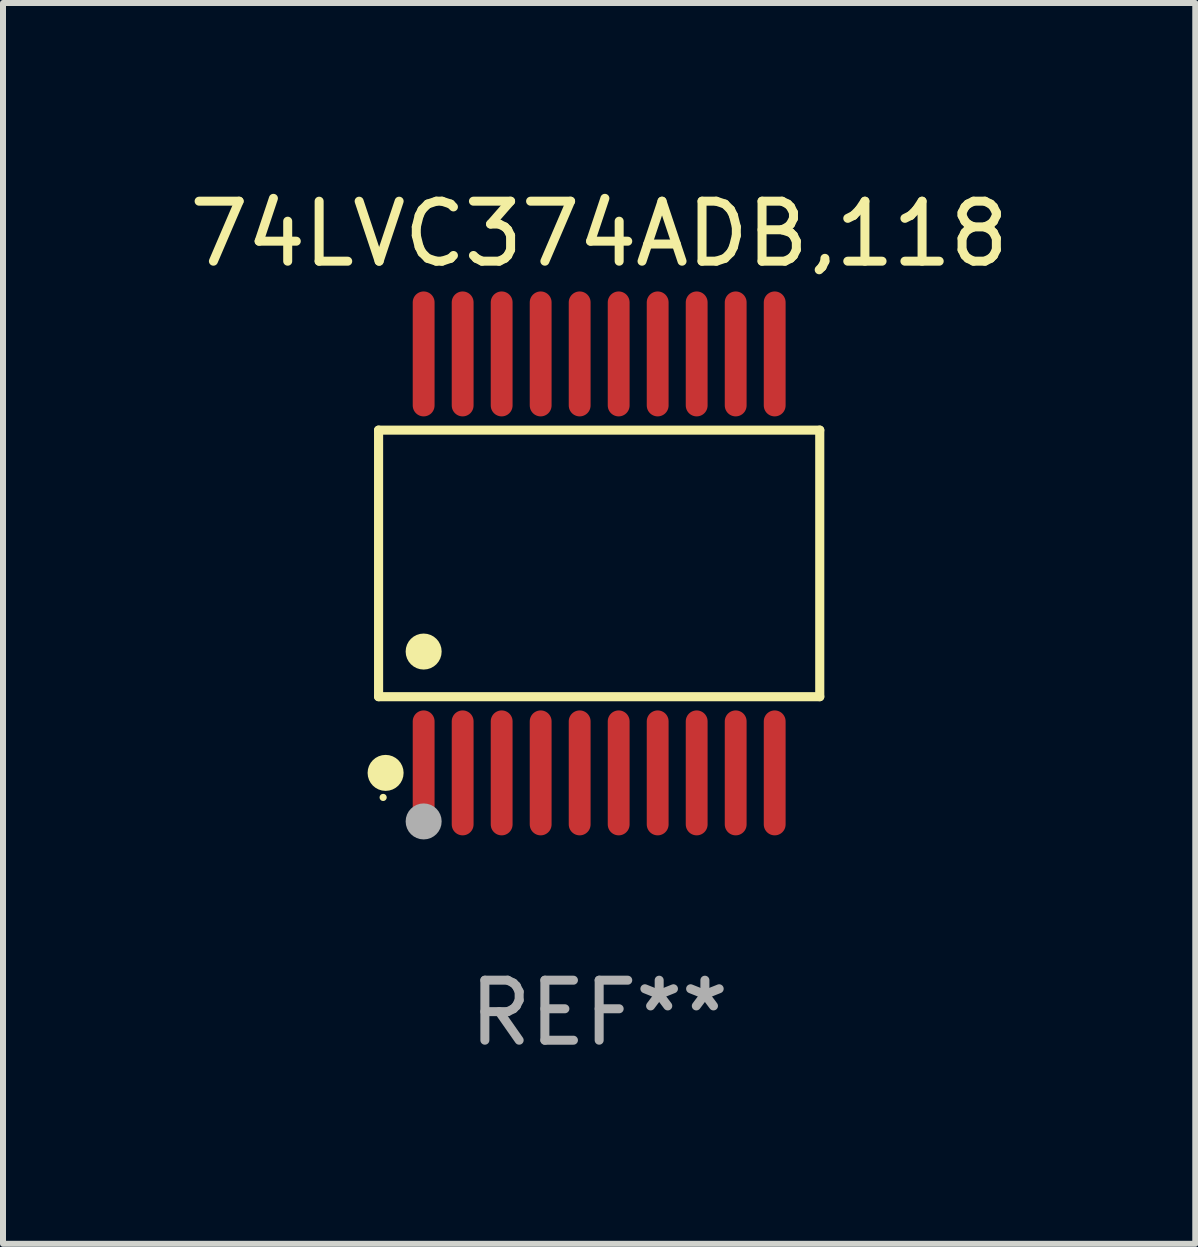
<source format=kicad_pcb>
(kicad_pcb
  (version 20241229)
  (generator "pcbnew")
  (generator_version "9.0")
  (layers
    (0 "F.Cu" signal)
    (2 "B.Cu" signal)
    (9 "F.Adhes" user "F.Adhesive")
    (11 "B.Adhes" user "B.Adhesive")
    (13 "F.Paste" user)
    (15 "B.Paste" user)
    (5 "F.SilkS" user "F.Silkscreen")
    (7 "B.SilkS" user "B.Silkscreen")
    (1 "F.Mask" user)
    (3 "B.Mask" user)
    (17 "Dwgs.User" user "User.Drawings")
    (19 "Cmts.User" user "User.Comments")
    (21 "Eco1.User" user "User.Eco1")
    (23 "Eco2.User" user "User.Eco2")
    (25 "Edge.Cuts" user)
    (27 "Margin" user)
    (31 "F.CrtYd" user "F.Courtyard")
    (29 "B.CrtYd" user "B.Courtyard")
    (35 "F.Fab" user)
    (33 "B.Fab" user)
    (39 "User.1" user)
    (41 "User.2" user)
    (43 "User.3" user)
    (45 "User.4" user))
  (footprint "74LVC374ADB,118"
    (layer "F.Cu")
    (at 6.935 6.339)
    (property "Reference" "74LVC374ADB,118" (at 0 -5.491 0) (layer "F.SilkS") (effects (font (size 1 1) (thickness 0.15))))
    (attr through_hole)
    (fp_line (start -3.676 -2.221) (end 3.676 -2.221) (stroke (width 0.152) (type solid)) (layer "F.SilkS"))
    (fp_line (start -3.676 2.221) (end -3.676 -2.221) (stroke (width 0.152) (type solid)) (layer "F.SilkS"))
    (fp_line (start 3.676 -2.221) (end 3.676 2.221) (stroke (width 0.152) (type solid)) (layer "F.SilkS"))
    (fp_line (start 3.676 2.221) (end -3.676 2.221) (stroke (width 0.152) (type solid)) (layer "F.SilkS"))
    (fp_circle (center -3.6 3.9) (end -3.57 3.9) (stroke (width 0.06) (type solid)) (fill no) (layer "F.SilkS"))
    (fp_circle (center -3.559 3.491) (end -3.409 3.491) (stroke (width 0.3) (type solid)) (fill no) (layer "F.SilkS"))
    (fp_circle (center -2.925 1.469) (end -2.775 1.469) (stroke (width 0.3) (type solid)) (fill no) (layer "F.SilkS"))
    (fp_circle (center -2.925 4.3) (end -2.775 4.3) (stroke (width 0.3) (type solid)) (fill no) (layer "F.Fab"))
    (fp_text user "REF**" (at 0 7.491 0) (layer "F.Fab") (effects (font (size 1 1) (thickness 0.15))))
    (pad "1" smd oval (at -2.925 3.491) (size 0.364 2.082) (layers "F.Cu" "F.Mask" "F.Paste"))
    (pad "2" smd oval (at -2.275 3.491) (size 0.364 2.082) (layers "F.Cu" "F.Mask" "F.Paste"))
    (pad "3" smd oval (at -1.625 3.491) (size 0.364 2.082) (layers "F.Cu" "F.Mask" "F.Paste"))
    (pad "4" smd oval (at -0.975 3.491) (size 0.364 2.082) (layers "F.Cu" "F.Mask" "F.Paste"))
    (pad "5" smd oval (at -0.325 3.491) (size 0.364 2.082) (layers "F.Cu" "F.Mask" "F.Paste"))
    (pad "6" smd oval (at 0.325 3.491) (size 0.364 2.082) (layers "F.Cu" "F.Mask" "F.Paste"))
    (pad "7" smd oval (at 0.975 3.491) (size 0.364 2.082) (layers "F.Cu" "F.Mask" "F.Paste"))
    (pad "8" smd oval (at 1.625 3.491) (size 0.364 2.082) (layers "F.Cu" "F.Mask" "F.Paste"))
    (pad "9" smd oval (at 2.275 3.491) (size 0.364 2.082) (layers "F.Cu" "F.Mask" "F.Paste"))
    (pad "10" smd oval (at 2.925 3.491) (size 0.364 2.082) (layers "F.Cu" "F.Mask" "F.Paste"))
    (pad "11" smd oval (at 2.925 -3.491) (size 0.364 2.082) (layers "F.Cu" "F.Mask" "F.Paste"))
    (pad "12" smd oval (at 2.275 -3.491) (size 0.364 2.082) (layers "F.Cu" "F.Mask" "F.Paste"))
    (pad "13" smd oval (at 1.625 -3.491) (size 0.364 2.082) (layers "F.Cu" "F.Mask" "F.Paste"))
    (pad "14" smd oval (at 0.975 -3.491) (size 0.364 2.082) (layers "F.Cu" "F.Mask" "F.Paste"))
    (pad "15" smd oval (at 0.325 -3.491) (size 0.364 2.082) (layers "F.Cu" "F.Mask" "F.Paste"))
    (pad "16" smd oval (at -0.325 -3.491) (size 0.364 2.082) (layers "F.Cu" "F.Mask" "F.Paste"))
    (pad "17" smd oval (at -0.975 -3.491) (size 0.364 2.082) (layers "F.Cu" "F.Mask" "F.Paste"))
    (pad "18" smd oval (at -1.625 -3.491) (size 0.364 2.082) (layers "F.Cu" "F.Mask" "F.Paste"))
    (pad "19" smd oval (at -2.275 -3.491) (size 0.364 2.082) (layers "F.Cu" "F.Mask" "F.Paste"))
    (pad "20" smd oval (at -2.925 -3.491) (size 0.364 2.082) (layers "F.Cu" "F.Mask" "F.Paste")))
  (gr_rect
    (start -3 -3)
    (end 16.869 17.678)
    (stroke (width 0.1) (type default))
    (fill no)
    (layer "Edge.Cuts")))
</source>
